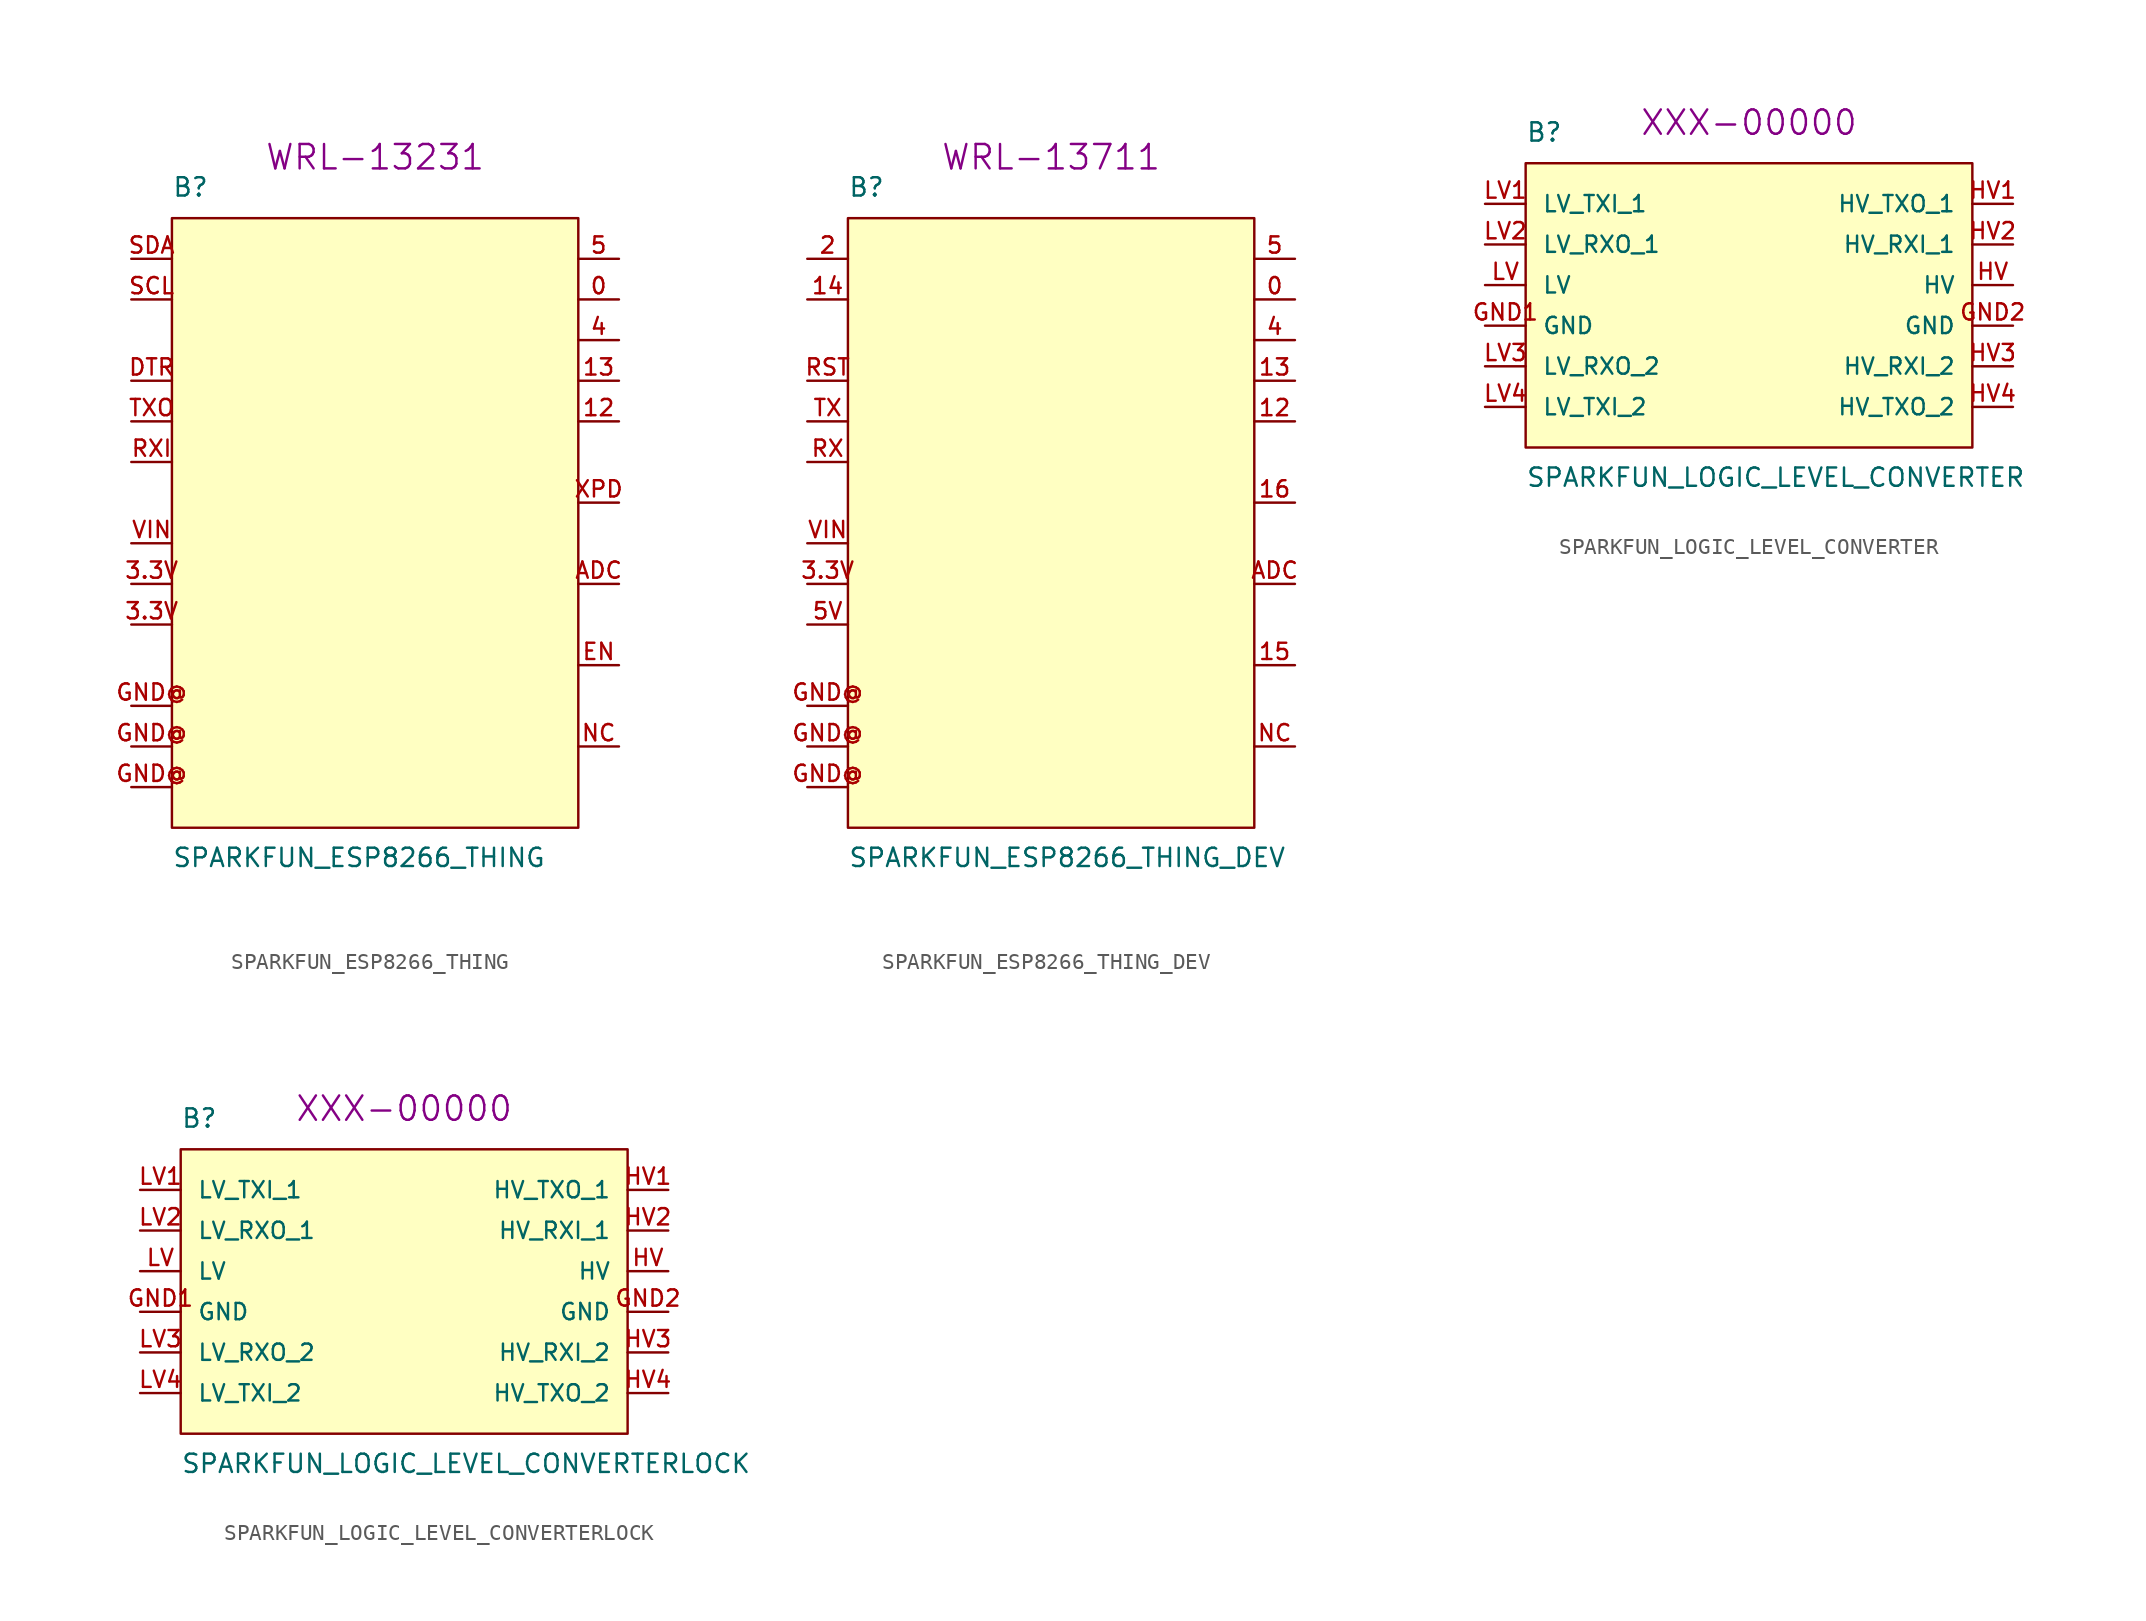
<source format=kicad_sym>
(kicad_symbol_lib
  (version 20201005)
  (generator kicad_symbol_editor)
  (symbol "SPARKFUN_ESP8266_THING"
    (pin_names
      (offset 1.016) hide)
    (property "Reference" "B"
      (at -12.7 21.59 0)
      (effects (font (size 1.143 1.143)) (justify left bottom)))
    (property "Value" "SPARKFUN_ESP8266_THING"
      (at -12.7 -20.32 0)
      (effects (font (size 1.143 1.143)) (justify left bottom)))
    (property "Field4" "WRL-13231"
      (at 0 24.13 0)
      (effects (font (size 1.524 1.524))))
    (property "ki_locked" ""
      (at 0 0 0)
      (effects (font (size 1.27 1.27))))
    (symbol "SPARKFUN_ESP8266_THING_1_1"
      (polyline (pts (xy -12.7 -17.78) (xy -12.7 20.32) (xy 12.7 20.32) (xy 12.7 -17.78) (xy -12.7 -17.78)) (stroke (width 0)) (fill (type background)))
      (pin bidirectional line (at 15.24 15.24 180) (length 2.54) (name "0" (effects (font (size 1.016 1.016)))) (number "0" (effects (font (size 1.016 1.016)))))
      (pin bidirectional line (at 15.24 12.7 180) (length 2.54) (name "4" (effects (font (size 1.016 1.016)))) (number "4" (effects (font (size 1.016 1.016)))))
      (pin bidirectional line (at 15.24 17.78 180) (length 2.54) (name "5" (effects (font (size 1.016 1.016)))) (number "5" (effects (font (size 1.016 1.016)))))
      (pin bidirectional line (at 15.24 7.62 180) (length 2.54) (name "12/MISO" (effects (font (size 1.016 1.016)))) (number "12" (effects (font (size 1.016 1.016)))))
      (pin bidirectional line (at 15.24 10.16 180) (length 2.54) (name "13/MOSI" (effects (font (size 1.016 1.016)))) (number "13" (effects (font (size 1.016 1.016)))))
      (pin unspecified line (at 15.24 -12.7 180) (length 2.54) (name "NC" (effects (font (size 1.016 1.016)))) (number "NC" (effects (font (size 1.016 1.016)))))
      (pin input line (at 15.24 -7.62 180) (length 2.54) (name "EN" (effects (font (size 1.016 1.016)))) (number "EN" (effects (font (size 1.016 1.016)))))
      (pin bidirectional line (at -15.24 17.78 0) (length 2.54) (name "SDA/2" (effects (font (size 1.016 1.016)))) (number "SDA" (effects (font (size 1.016 1.016)))))
      (pin bidirectional line (at 15.24 -2.54 180) (length 2.54) (name "ADC/A0" (effects (font (size 1.016 1.016)))) (number "ADC" (effects (font (size 1.016 1.016)))))
      (pin bidirectional line (at 15.24 2.54 180) (length 2.54) (name "XPD/16" (effects (font (size 1.016 1.016)))) (number "XPD" (effects (font (size 1.016 1.016)))))
      (pin input line (at -15.24 5.08 0) (length 2.54) (name "RXI" (effects (font (size 1.016 1.016)))) (number "RXI" (effects (font (size 1.016 1.016)))))
      (pin bidirectional line (at -15.24 15.24 0) (length 2.54) (name "SCL/14/SCLK" (effects (font (size 1.016 1.016)))) (number "SCL" (effects (font (size 1.016 1.016)))))
      (pin power_in line (at -15.24 0 0) (length 2.54) (name "VIN" (effects (font (size 1.016 1.016)))) (number "VIN" (effects (font (size 1.016 1.016)))))
      (pin output line (at -15.24 7.62 0) (length 2.54) (name "TXO" (effects (font (size 1.016 1.016)))) (number "TXO" (effects (font (size 1.016 1.016)))))
      (pin bidirectional line (at -15.24 10.16 0) (length 2.54) (name "DTR" (effects (font (size 1.016 1.016)))) (number "DTR" (effects (font (size 1.016 1.016)))))
      (pin power_in line (at -15.24 -15.24 0) (length 2.54) (name "GND" (effects (font (size 1.016 1.016)))) (number "GND@" (effects (font (size 1.016 1.016)))))
      (pin power_in line (at -15.24 -12.7 0) (length 2.54) (name "GND" (effects (font (size 1.016 1.016)))) (number "GND@" (effects (font (size 1.016 1.016)))))
      (pin power_in line (at -15.24 -10.16 0) (length 2.54) (name "GND" (effects (font (size 1.016 1.016)))) (number "GND@" (effects (font (size 1.016 1.016)))))
      (pin power_in line (at -15.24 -5.08 0) (length 2.54) (name "3.3V" (effects (font (size 1.016 1.016)))) (number "3.3V" (effects (font (size 1.016 1.016)))))
      (pin power_in line (at -15.24 -2.54 0) (length 2.54) (name "3.3V" (effects (font (size 1.016 1.016)))) (number "3.3V" (effects (font (size 1.016 1.016)))))))
  (symbol "SPARKFUN_ESP8266_THING_DEV"
    (pin_names
      (offset 1.016) hide)
    (property "Reference" "B"
      (at -12.7 21.59 0)
      (effects (font (size 1.143 1.143)) (justify left bottom)))
    (property "Value" "SPARKFUN_ESP8266_THING_DEV"
      (at -12.7 -20.32 0)
      (effects (font (size 1.143 1.143)) (justify left bottom)))
    (property "Field4" "WRL-13711"
      (at 0 24.13 0)
      (effects (font (size 1.524 1.524))))
    (property "ki_locked" ""
      (at 0 0 0)
      (effects (font (size 1.27 1.27))))
    (symbol "SPARKFUN_ESP8266_THING_DEV_1_1"
      (polyline (pts (xy -12.7 -17.78) (xy -12.7 20.32) (xy 12.7 20.32) (xy 12.7 -17.78) (xy -12.7 -17.78)) (stroke (width 0)) (fill (type background)))
      (pin bidirectional line (at 15.24 15.24 180) (length 2.54) (name "0" (effects (font (size 1.016 1.016)))) (number "0" (effects (font (size 1.016 1.016)))))
      (pin bidirectional line (at -15.24 17.78 0) (length 2.54) (name "SDA/2" (effects (font (size 1.016 1.016)))) (number "2" (effects (font (size 1.016 1.016)))))
      (pin bidirectional line (at 15.24 12.7 180) (length 2.54) (name "4" (effects (font (size 1.016 1.016)))) (number "4" (effects (font (size 1.016 1.016)))))
      (pin bidirectional line (at 15.24 17.78 180) (length 2.54) (name "5" (effects (font (size 1.016 1.016)))) (number "5" (effects (font (size 1.016 1.016)))))
      (pin bidirectional line (at 15.24 7.62 180) (length 2.54) (name "12/MISO" (effects (font (size 1.016 1.016)))) (number "12" (effects (font (size 1.016 1.016)))))
      (pin bidirectional line (at 15.24 10.16 180) (length 2.54) (name "13/MOSI" (effects (font (size 1.016 1.016)))) (number "13" (effects (font (size 1.016 1.016)))))
      (pin bidirectional line (at -15.24 15.24 0) (length 2.54) (name "SCL/14/SCLK" (effects (font (size 1.016 1.016)))) (number "14" (effects (font (size 1.016 1.016)))))
      (pin bidirectional line (at 15.24 -7.62 180) (length 2.54) (name "15" (effects (font (size 1.016 1.016)))) (number "15" (effects (font (size 1.016 1.016)))))
      (pin bidirectional line (at 15.24 2.54 180) (length 2.54) (name "XPD/16" (effects (font (size 1.016 1.016)))) (number "16" (effects (font (size 1.016 1.016)))))
      (pin unspecified line (at 15.24 -12.7 180) (length 2.54) (name "NC" (effects (font (size 1.016 1.016)))) (number "NC" (effects (font (size 1.016 1.016)))))
      (pin power_in line (at -15.24 -5.08 0) (length 2.54) (name "5V" (effects (font (size 1.016 1.016)))) (number "5V" (effects (font (size 1.016 1.016)))))
      (pin input line (at -15.24 5.08 0) (length 2.54) (name "RXI/8" (effects (font (size 1.016 1.016)))) (number "RX" (effects (font (size 1.016 1.016)))))
      (pin output line (at -15.24 7.62 0) (length 2.54) (name "TXO/7" (effects (font (size 1.016 1.016)))) (number "TX" (effects (font (size 1.016 1.016)))))
      (pin bidirectional line (at 15.24 -2.54 180) (length 2.54) (name "ADC/A0" (effects (font (size 1.016 1.016)))) (number "ADC" (effects (font (size 1.016 1.016)))))
      (pin power_in line (at -15.24 0 0) (length 2.54) (name "VIN" (effects (font (size 1.016 1.016)))) (number "VIN" (effects (font (size 1.016 1.016)))))
      (pin input line (at -15.24 10.16 0) (length 2.54) (name "RST" (effects (font (size 1.016 1.016)))) (number "RST" (effects (font (size 1.016 1.016)))))
      (pin power_in line (at -15.24 -15.24 0) (length 2.54) (name "GND" (effects (font (size 1.016 1.016)))) (number "GND@" (effects (font (size 1.016 1.016)))))
      (pin power_in line (at -15.24 -12.7 0) (length 2.54) (name "GND" (effects (font (size 1.016 1.016)))) (number "GND@" (effects (font (size 1.016 1.016)))))
      (pin power_in line (at -15.24 -10.16 0) (length 2.54) (name "GND" (effects (font (size 1.016 1.016)))) (number "GND@" (effects (font (size 1.016 1.016)))))
      (pin power_in line (at -15.24 -2.54 0) (length 2.54) (name "3.3V" (effects (font (size 1.016 1.016)))) (number "3.3V" (effects (font (size 1.016 1.016)))))))
  (symbol "SPARKFUN_LOGIC_LEVEL_CONVERTER"
    (pin_names
      (offset 1.016))
    (property "Reference" "B"
      (at -13.97 11.43 0)
      (effects (font (size 1.143 1.143)) (justify left bottom)))
    (property "Value" "SPARKFUN_LOGIC_LEVEL_CONVERTER"
      (at -13.97 -10.16 0)
      (effects (font (size 1.143 1.143)) (justify left bottom)))
    (property "Field4" "XXX-00000"
      (at 0 12.7 0)
      (effects (font (size 1.524 1.524))))
    (property "ki_locked" ""
      (at 0 0 0)
      (effects (font (size 1.27 1.27))))
    (symbol "SPARKFUN_LOGIC_LEVEL_CONVERTER_1_1"
      (polyline (pts (xy -13.97 -7.62) (xy -13.97 10.16) (xy 13.97 10.16) (xy 13.97 -7.62) (xy -13.97 -7.62)) (stroke (width 0)) (fill (type background)))
      (pin power_in line (at 16.51 2.54 180) (length 2.54) (name "HV" (effects (font (size 1.016 1.016)))) (number "HV" (effects (font (size 1.016 1.016)))))
      (pin power_in line (at -16.51 2.54 0) (length 2.54) (name "LV" (effects (font (size 1.016 1.016)))) (number "LV" (effects (font (size 1.016 1.016)))))
      (pin bidirectional line (at 16.51 7.62 180) (length 2.54) (name "HV_TXO_1" (effects (font (size 1.016 1.016)))) (number "HV1" (effects (font (size 1.016 1.016)))))
      (pin bidirectional line (at -16.51 7.62 0) (length 2.54) (name "LV_TXI_1" (effects (font (size 1.016 1.016)))) (number "LV1" (effects (font (size 1.016 1.016)))))
      (pin bidirectional line (at 16.51 5.08 180) (length 2.54) (name "HV_RXI_1" (effects (font (size 1.016 1.016)))) (number "HV2" (effects (font (size 1.016 1.016)))))
      (pin bidirectional line (at -16.51 5.08 0) (length 2.54) (name "LV_RXO_1" (effects (font (size 1.016 1.016)))) (number "LV2" (effects (font (size 1.016 1.016)))))
      (pin bidirectional line (at 16.51 -2.54 180) (length 2.54) (name "HV_RXI_2" (effects (font (size 1.016 1.016)))) (number "HV3" (effects (font (size 1.016 1.016)))))
      (pin bidirectional line (at -16.51 -2.54 0) (length 2.54) (name "LV_RXO_2" (effects (font (size 1.016 1.016)))) (number "LV3" (effects (font (size 1.016 1.016)))))
      (pin bidirectional line (at 16.51 -5.08 180) (length 2.54) (name "HV_TXO_2" (effects (font (size 1.016 1.016)))) (number "HV4" (effects (font (size 1.016 1.016)))))
      (pin bidirectional line (at -16.51 -5.08 0) (length 2.54) (name "LV_TXI_2" (effects (font (size 1.016 1.016)))) (number "LV4" (effects (font (size 1.016 1.016)))))
      (pin power_in line (at -16.51 0 0) (length 2.54) (name "GND" (effects (font (size 1.016 1.016)))) (number "GND1" (effects (font (size 1.016 1.016)))))
      (pin power_in line (at 16.51 0 180) (length 2.54) (name "GND" (effects (font (size 1.016 1.016)))) (number "GND2" (effects (font (size 1.016 1.016)))))))
  (symbol "SPARKFUN_LOGIC_LEVEL_CONVERTERLOCK"
    (pin_names
      (offset 1.016))
    (property "Reference" "B"
      (at -13.97 11.43 0)
      (effects (font (size 1.143 1.143)) (justify left bottom)))
    (property "Value" "SPARKFUN_LOGIC_LEVEL_CONVERTERLOCK"
      (at -13.97 -10.16 0)
      (effects (font (size 1.143 1.143)) (justify left bottom)))
    (property "Field4" "XXX-00000"
      (at 0 12.7 0)
      (effects (font (size 1.524 1.524))))
    (property "ki_locked" ""
      (at 0 0 0)
      (effects (font (size 1.27 1.27))))
    (symbol "SPARKFUN_LOGIC_LEVEL_CONVERTERLOCK_1_1"
      (polyline (pts (xy -13.97 -7.62) (xy -13.97 10.16) (xy 13.97 10.16) (xy 13.97 -7.62) (xy -13.97 -7.62)) (stroke (width 0)) (fill (type background)))
      (pin power_in line (at 16.51 2.54 180) (length 2.54) (name "HV" (effects (font (size 1.016 1.016)))) (number "HV" (effects (font (size 1.016 1.016)))))
      (pin power_in line (at -16.51 2.54 0) (length 2.54) (name "LV" (effects (font (size 1.016 1.016)))) (number "LV" (effects (font (size 1.016 1.016)))))
      (pin bidirectional line (at 16.51 7.62 180) (length 2.54) (name "HV_TXO_1" (effects (font (size 1.016 1.016)))) (number "HV1" (effects (font (size 1.016 1.016)))))
      (pin bidirectional line (at -16.51 7.62 0) (length 2.54) (name "LV_TXI_1" (effects (font (size 1.016 1.016)))) (number "LV1" (effects (font (size 1.016 1.016)))))
      (pin bidirectional line (at 16.51 5.08 180) (length 2.54) (name "HV_RXI_1" (effects (font (size 1.016 1.016)))) (number "HV2" (effects (font (size 1.016 1.016)))))
      (pin bidirectional line (at -16.51 5.08 0) (length 2.54) (name "LV_RXO_1" (effects (font (size 1.016 1.016)))) (number "LV2" (effects (font (size 1.016 1.016)))))
      (pin bidirectional line (at 16.51 -2.54 180) (length 2.54) (name "HV_RXI_2" (effects (font (size 1.016 1.016)))) (number "HV3" (effects (font (size 1.016 1.016)))))
      (pin bidirectional line (at -16.51 -2.54 0) (length 2.54) (name "LV_RXO_2" (effects (font (size 1.016 1.016)))) (number "LV3" (effects (font (size 1.016 1.016)))))
      (pin bidirectional line (at 16.51 -5.08 180) (length 2.54) (name "HV_TXO_2" (effects (font (size 1.016 1.016)))) (number "HV4" (effects (font (size 1.016 1.016)))))
      (pin bidirectional line (at -16.51 -5.08 0) (length 2.54) (name "LV_TXI_2" (effects (font (size 1.016 1.016)))) (number "LV4" (effects (font (size 1.016 1.016)))))
      (pin power_in line (at -16.51 0 0) (length 2.54) (name "GND" (effects (font (size 1.016 1.016)))) (number "GND1" (effects (font (size 1.016 1.016)))))
      (pin power_in line (at 16.51 0 180) (length 2.54) (name "GND" (effects (font (size 1.016 1.016)))) (number "GND2" (effects (font (size 1.016 1.016))))))))
</source>
